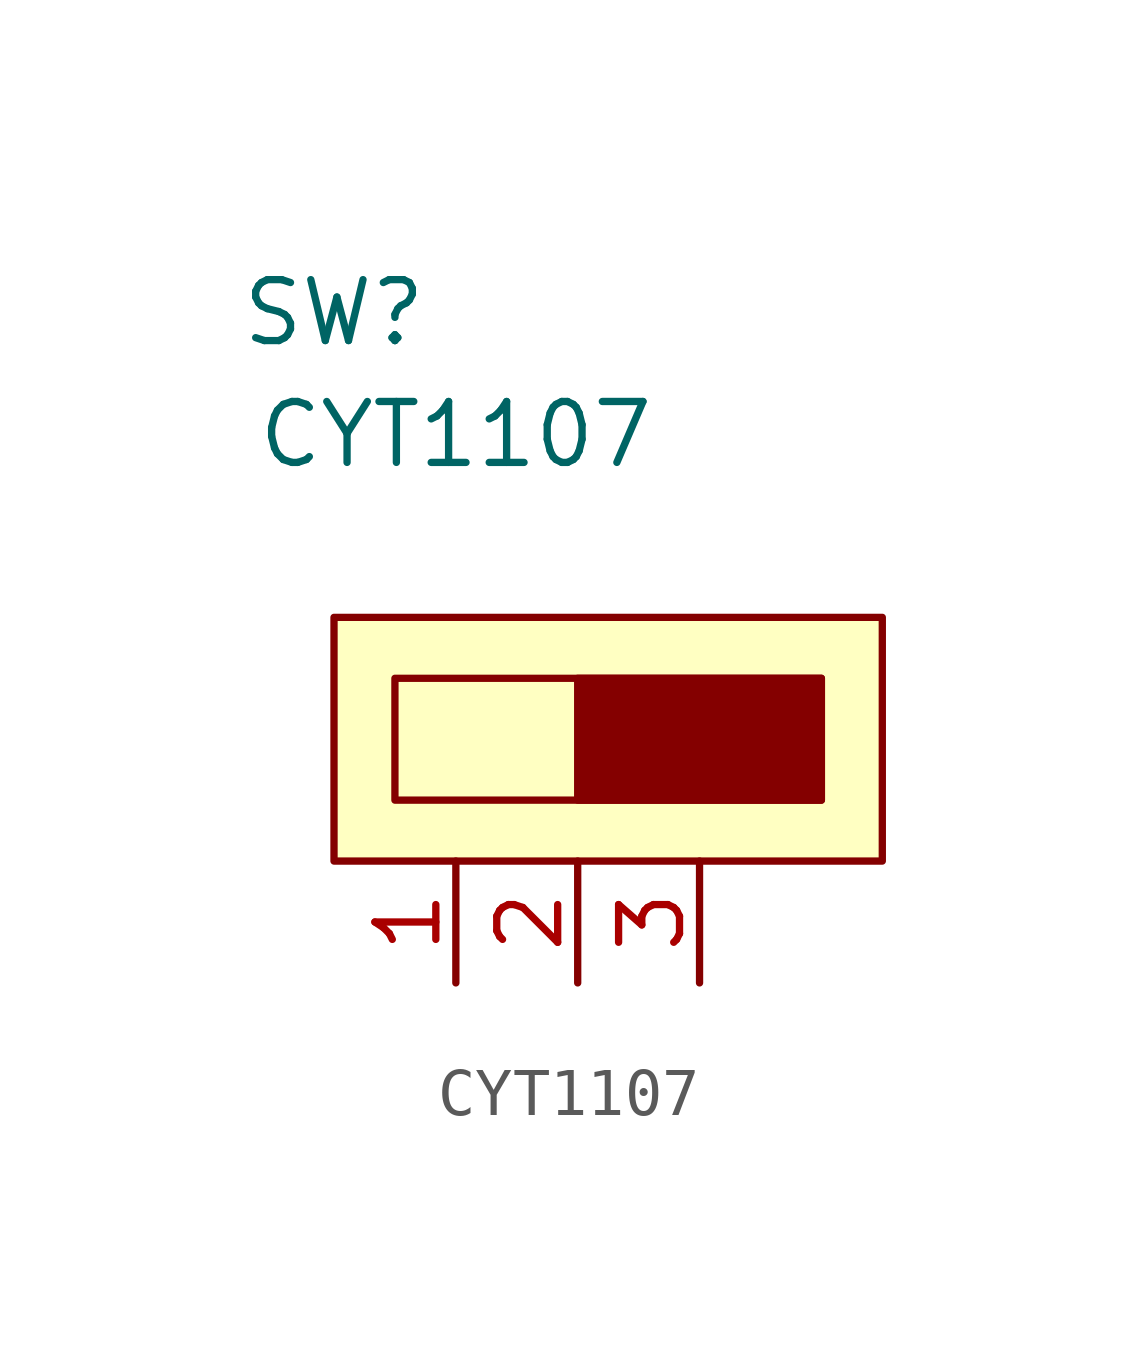
<source format=kicad_sym>
(kicad_symbol_lib
  (version 20211014)
  (generator kicad_symbol_editor)
  (symbol "CYT1107"
    (property "Reference" "SW"
      (at -5.08 7.62 0)
      (effects (font (size 1.27 1.27))))
    (property "Value" "CYT1107"
      (at -2.54 5.08 0)
      (effects (font (size 1.27 1.27))))
    (symbol "CYT1107_0_1"
      (rectangle (start -5.08 1.27) (end 6.35 -3.81) (stroke (width 0) (type default) (color 0 0 0 0)) (fill (type background)))
      (rectangle (start -3.81 0) (end 5.08 -2.54) (stroke (width 0) (type default) (color 0 0 0 0)) (fill (type none)))
      (rectangle (start 0 0) (end 5.08 -2.54) (stroke (width 0) (type default) (color 0 0 0 0)) (fill (type outline))))
    (symbol "CYT1107_1_1"
      (pin free line (at -2.54 -6.35 90) (length 2.54) (name "" (effects (font (size 1.27 1.27)))) (number "1" (effects (font (size 1.27 1.27)))))
      (pin free line (at 0 -6.35 90) (length 2.54) (name "" (effects (font (size 1.27 1.27)))) (number "2" (effects (font (size 1.27 1.27)))))
      (pin free line (at 2.54 -6.35 90) (length 2.54) (name "" (effects (font (size 1.27 1.27)))) (number "3" (effects (font (size 1.27 1.27))))))))
</source>
